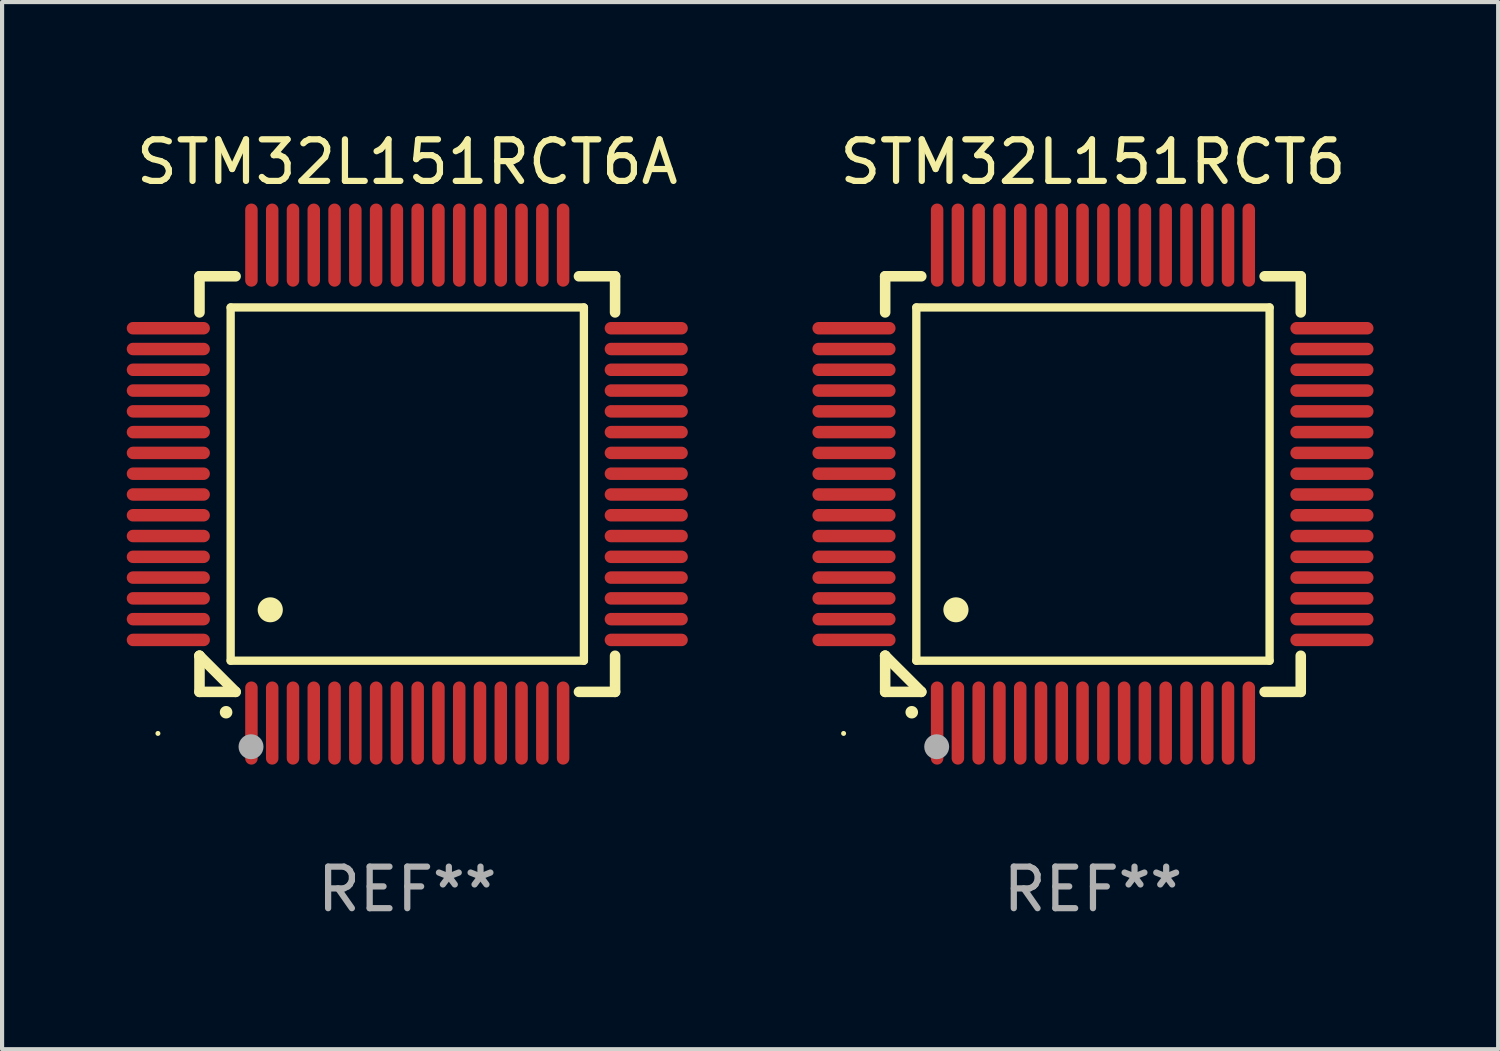
<source format=kicad_pcb>
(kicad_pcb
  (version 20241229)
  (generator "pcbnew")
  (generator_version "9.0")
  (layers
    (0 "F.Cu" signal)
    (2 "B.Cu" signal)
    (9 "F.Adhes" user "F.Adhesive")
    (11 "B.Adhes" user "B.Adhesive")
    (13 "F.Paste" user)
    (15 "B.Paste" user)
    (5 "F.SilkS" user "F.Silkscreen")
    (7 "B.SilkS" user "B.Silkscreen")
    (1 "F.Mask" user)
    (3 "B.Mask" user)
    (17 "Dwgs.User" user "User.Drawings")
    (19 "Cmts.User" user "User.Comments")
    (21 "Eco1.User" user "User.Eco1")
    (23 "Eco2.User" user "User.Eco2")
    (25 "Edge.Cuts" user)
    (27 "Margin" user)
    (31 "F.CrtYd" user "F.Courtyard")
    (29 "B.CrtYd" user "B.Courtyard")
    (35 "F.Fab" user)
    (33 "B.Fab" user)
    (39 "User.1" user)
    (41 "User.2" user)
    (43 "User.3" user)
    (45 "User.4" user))
  (footprint "STM32L151RCT6A"
    (layer "F.Cu")
    (at 6.75 8.598)
    (property "Reference" "STM32L151RCT6A" (at 0 -7.75 0) (layer "F.SilkS") (effects (font (size 1 1) (thickness 0.15))))
    (attr through_hole)
    (fp_line (start -5 -5) (end -4.131 -5) (stroke (width 0.254) (type solid)) (layer "F.SilkS"))
    (fp_line (start -5 -4.131) (end -5 -5) (stroke (width 0.254) (type solid)) (layer "F.SilkS"))
    (fp_line (start -5 4.131) (end -5 4.131) (stroke (width 0.254) (type solid)) (layer "F.SilkS"))
    (fp_line (start -5 5) (end -5 4.131) (stroke (width 0.254) (type solid)) (layer "F.SilkS"))
    (fp_line (start -5 4.131) (end -4.131 5) (stroke (width 0.254) (type solid)) (layer "F.SilkS"))
    (fp_line (start -4.25 -4.25) (end -4.25 4.25) (stroke (width 0.2) (type solid)) (layer "F.SilkS"))
    (fp_line (start -4.25 4.25) (end 4.25 4.25) (stroke (width 0.2) (type solid)) (layer "F.SilkS"))
    (fp_line (start -4.131 5) (end -5 5) (stroke (width 0.254) (type solid)) (layer "F.SilkS"))
    (fp_line (start 4.25 -4.25) (end -4.25 -4.25) (stroke (width 0.2) (type solid)) (layer "F.SilkS"))
    (fp_line (start 4.25 4.25) (end 4.25 -4.25) (stroke (width 0.2) (type solid)) (layer "F.SilkS"))
    (fp_line (start 5 -5) (end 4.131 -5) (stroke (width 0.254) (type solid)) (layer "F.SilkS"))
    (fp_line (start 5 -5) (end 5 -4.131) (stroke (width 0.254) (type solid)) (layer "F.SilkS"))
    (fp_line (start 5 4.131) (end 5 5) (stroke (width 0.254) (type solid)) (layer "F.SilkS"))
    (fp_line (start 5 5) (end 4.131 5) (stroke (width 0.254) (type solid)) (layer "F.SilkS"))
    (fp_arc (start -4.361265 5.489992) (mid -4.359995 5.489987) (end -4.358725 5.489992) (stroke (width 0.3) (type solid)) (layer "F.SilkS"))
    (fp_arc (start -3.299467 3.025146) (mid -3.296927 3.025135) (end -3.294387 3.025146) (stroke (width 0.6) (type solid)) (layer "F.SilkS"))
    (fp_circle (center -6 6) (end -5.97 6) (stroke (width 0.06) (type solid)) (fill no) (layer "F.SilkS"))
    (fp_circle (center -3.76 6.32) (end -3.61 6.32) (stroke (width 0.3) (type solid)) (fill no) (layer "F.Fab"))
    (fp_text user "REF**" (at 0 9.75 0) (layer "F.Fab") (effects (font (size 1 1) (thickness 0.15))))
    (pad "1" smd oval (at -3.75 5.75) (size 0.3 2) (layers "F.Cu" "F.Mask" "F.Paste"))
    (pad "2" smd oval (at -3.25 5.75) (size 0.3 2) (layers "F.Cu" "F.Mask" "F.Paste"))
    (pad "3" smd oval (at -2.75 5.75) (size 0.3 2) (layers "F.Cu" "F.Mask" "F.Paste"))
    (pad "4" smd oval (at -2.25 5.75) (size 0.3 2) (layers "F.Cu" "F.Mask" "F.Paste"))
    (pad "5" smd oval (at -1.75 5.75) (size 0.3 2) (layers "F.Cu" "F.Mask" "F.Paste"))
    (pad "6" smd oval (at -1.25 5.75) (size 0.3 2) (layers "F.Cu" "F.Mask" "F.Paste"))
    (pad "7" smd oval (at -0.75 5.75) (size 0.3 2) (layers "F.Cu" "F.Mask" "F.Paste"))
    (pad "8" smd oval (at -0.25 5.75) (size 0.3 2) (layers "F.Cu" "F.Mask" "F.Paste"))
    (pad "9" smd oval (at 0.25 5.75) (size 0.3 2) (layers "F.Cu" "F.Mask" "F.Paste"))
    (pad "10" smd oval (at 0.75 5.75) (size 0.3 2) (layers "F.Cu" "F.Mask" "F.Paste"))
    (pad "11" smd oval (at 1.25 5.75) (size 0.3 2) (layers "F.Cu" "F.Mask" "F.Paste"))
    (pad "12" smd oval (at 1.75 5.75) (size 0.3 2) (layers "F.Cu" "F.Mask" "F.Paste"))
    (pad "13" smd oval (at 2.25 5.75) (size 0.3 2) (layers "F.Cu" "F.Mask" "F.Paste"))
    (pad "14" smd oval (at 2.75 5.75) (size 0.3 2) (layers "F.Cu" "F.Mask" "F.Paste"))
    (pad "15" smd oval (at 3.25 5.75) (size 0.3 2) (layers "F.Cu" "F.Mask" "F.Paste"))
    (pad "16" smd oval (at 3.75 5.75) (size 0.3 2) (layers "F.Cu" "F.Mask" "F.Paste"))
    (pad "17" smd oval (at 5.75 3.75) (size 2 0.3) (layers "F.Cu" "F.Mask" "F.Paste"))
    (pad "18" smd oval (at 5.75 3.25) (size 2 0.3) (layers "F.Cu" "F.Mask" "F.Paste"))
    (pad "19" smd oval (at 5.75 2.75) (size 2 0.3) (layers "F.Cu" "F.Mask" "F.Paste"))
    (pad "20" smd oval (at 5.75 2.25) (size 2 0.3) (layers "F.Cu" "F.Mask" "F.Paste"))
    (pad "21" smd oval (at 5.75 1.75) (size 2 0.3) (layers "F.Cu" "F.Mask" "F.Paste"))
    (pad "22" smd oval (at 5.75 1.25) (size 2 0.3) (layers "F.Cu" "F.Mask" "F.Paste"))
    (pad "23" smd oval (at 5.75 0.75) (size 2 0.3) (layers "F.Cu" "F.Mask" "F.Paste"))
    (pad "24" smd oval (at 5.75 0.25) (size 2 0.3) (layers "F.Cu" "F.Mask" "F.Paste"))
    (pad "25" smd oval (at 5.75 -0.25) (size 2 0.3) (layers "F.Cu" "F.Mask" "F.Paste"))
    (pad "26" smd oval (at 5.75 -0.75) (size 2 0.3) (layers "F.Cu" "F.Mask" "F.Paste"))
    (pad "27" smd oval (at 5.75 -1.25) (size 2 0.3) (layers "F.Cu" "F.Mask" "F.Paste"))
    (pad "28" smd oval (at 5.75 -1.75) (size 2 0.3) (layers "F.Cu" "F.Mask" "F.Paste"))
    (pad "29" smd oval (at 5.75 -2.25) (size 2 0.3) (layers "F.Cu" "F.Mask" "F.Paste"))
    (pad "30" smd oval (at 5.75 -2.75) (size 2 0.3) (layers "F.Cu" "F.Mask" "F.Paste"))
    (pad "31" smd oval (at 5.75 -3.25) (size 2 0.3) (layers "F.Cu" "F.Mask" "F.Paste"))
    (pad "32" smd oval (at 5.75 -3.75) (size 2 0.3) (layers "F.Cu" "F.Mask" "F.Paste"))
    (pad "33" smd oval (at 3.75 -5.75) (size 0.3 2) (layers "F.Cu" "F.Mask" "F.Paste"))
    (pad "34" smd oval (at 3.25 -5.75) (size 0.3 2) (layers "F.Cu" "F.Mask" "F.Paste"))
    (pad "35" smd oval (at 2.75 -5.75) (size 0.3 2) (layers "F.Cu" "F.Mask" "F.Paste"))
    (pad "36" smd oval (at 2.25 -5.75) (size 0.3 2) (layers "F.Cu" "F.Mask" "F.Paste"))
    (pad "37" smd oval (at 1.75 -5.75) (size 0.3 2) (layers "F.Cu" "F.Mask" "F.Paste"))
    (pad "38" smd oval (at 1.25 -5.75) (size 0.3 2) (layers "F.Cu" "F.Mask" "F.Paste"))
    (pad "39" smd oval (at 0.75 -5.75) (size 0.3 2) (layers "F.Cu" "F.Mask" "F.Paste"))
    (pad "40" smd oval (at 0.25 -5.75) (size 0.3 2) (layers "F.Cu" "F.Mask" "F.Paste"))
    (pad "41" smd oval (at -0.25 -5.75) (size 0.3 2) (layers "F.Cu" "F.Mask" "F.Paste"))
    (pad "42" smd oval (at -0.75 -5.75) (size 0.3 2) (layers "F.Cu" "F.Mask" "F.Paste"))
    (pad "43" smd oval (at -1.25 -5.75) (size 0.3 2) (layers "F.Cu" "F.Mask" "F.Paste"))
    (pad "44" smd oval (at -1.75 -5.75) (size 0.3 2) (layers "F.Cu" "F.Mask" "F.Paste"))
    (pad "45" smd oval (at -2.25 -5.75) (size 0.3 2) (layers "F.Cu" "F.Mask" "F.Paste"))
    (pad "46" smd oval (at -2.75 -5.75) (size 0.3 2) (layers "F.Cu" "F.Mask" "F.Paste"))
    (pad "47" smd oval (at -3.25 -5.75) (size 0.3 2) (layers "F.Cu" "F.Mask" "F.Paste"))
    (pad "48" smd oval (at -3.75 -5.75) (size 0.3 2) (layers "F.Cu" "F.Mask" "F.Paste"))
    (pad "49" smd oval (at -5.75 -3.75) (size 2 0.3) (layers "F.Cu" "F.Mask" "F.Paste"))
    (pad "50" smd oval (at -5.75 -3.25) (size 2 0.3) (layers "F.Cu" "F.Mask" "F.Paste"))
    (pad "51" smd oval (at -5.75 -2.75) (size 2 0.3) (layers "F.Cu" "F.Mask" "F.Paste"))
    (pad "52" smd oval (at -5.75 -2.25) (size 2 0.3) (layers "F.Cu" "F.Mask" "F.Paste"))
    (pad "53" smd oval (at -5.75 -1.75) (size 2 0.3) (layers "F.Cu" "F.Mask" "F.Paste"))
    (pad "54" smd oval (at -5.75 -1.25) (size 2 0.3) (layers "F.Cu" "F.Mask" "F.Paste"))
    (pad "55" smd oval (at -5.75 -0.75) (size 2 0.3) (layers "F.Cu" "F.Mask" "F.Paste"))
    (pad "56" smd oval (at -5.75 -0.25) (size 2 0.3) (layers "F.Cu" "F.Mask" "F.Paste"))
    (pad "57" smd oval (at -5.75 0.25) (size 2 0.3) (layers "F.Cu" "F.Mask" "F.Paste"))
    (pad "58" smd oval (at -5.75 0.75) (size 2 0.3) (layers "F.Cu" "F.Mask" "F.Paste"))
    (pad "59" smd oval (at -5.75 1.25) (size 2 0.3) (layers "F.Cu" "F.Mask" "F.Paste"))
    (pad "60" smd oval (at -5.75 1.75) (size 2 0.3) (layers "F.Cu" "F.Mask" "F.Paste"))
    (pad "61" smd oval (at -5.75 2.25) (size 2 0.3) (layers "F.Cu" "F.Mask" "F.Paste"))
    (pad "62" smd oval (at -5.75 2.75) (size 2 0.3) (layers "F.Cu" "F.Mask" "F.Paste"))
    (pad "63" smd oval (at -5.75 3.25) (size 2 0.3) (layers "F.Cu" "F.Mask" "F.Paste"))
    (pad "64" smd oval (at -5.75 3.75) (size 2 0.3) (layers "F.Cu" "F.Mask" "F.Paste")))
  (footprint "STM32L151RCT6"
    (layer "F.Cu")
    (at 23.249 8.598)
    (property "Reference" "STM32L151RCT6" (at 0 -7.75 0) (layer "F.SilkS") (effects (font (size 1 1) (thickness 0.15))))
    (attr through_hole)
    (fp_line (start -5 -5) (end -4.131 -5) (stroke (width 0.254) (type solid)) (layer "F.SilkS"))
    (fp_line (start -5 -4.131) (end -5 -5) (stroke (width 0.254) (type solid)) (layer "F.SilkS"))
    (fp_line (start -5 4.131) (end -5 4.131) (stroke (width 0.254) (type solid)) (layer "F.SilkS"))
    (fp_line (start -5 5) (end -5 4.131) (stroke (width 0.254) (type solid)) (layer "F.SilkS"))
    (fp_line (start -5 4.131) (end -4.131 5) (stroke (width 0.254) (type solid)) (layer "F.SilkS"))
    (fp_line (start -4.25 -4.25) (end -4.25 4.25) (stroke (width 0.2) (type solid)) (layer "F.SilkS"))
    (fp_line (start -4.25 4.25) (end 4.25 4.25) (stroke (width 0.2) (type solid)) (layer "F.SilkS"))
    (fp_line (start -4.131 5) (end -5 5) (stroke (width 0.254) (type solid)) (layer "F.SilkS"))
    (fp_line (start 4.25 -4.25) (end -4.25 -4.25) (stroke (width 0.2) (type solid)) (layer "F.SilkS"))
    (fp_line (start 4.25 4.25) (end 4.25 -4.25) (stroke (width 0.2) (type solid)) (layer "F.SilkS"))
    (fp_line (start 5 -5) (end 4.131 -5) (stroke (width 0.254) (type solid)) (layer "F.SilkS"))
    (fp_line (start 5 -5) (end 5 -4.131) (stroke (width 0.254) (type solid)) (layer "F.SilkS"))
    (fp_line (start 5 4.131) (end 5 5) (stroke (width 0.254) (type solid)) (layer "F.SilkS"))
    (fp_line (start 5 5) (end 4.131 5) (stroke (width 0.254) (type solid)) (layer "F.SilkS"))
    (fp_arc (start -4.361265 5.489992) (mid -4.359995 5.489987) (end -4.358725 5.489992) (stroke (width 0.3) (type solid)) (layer "F.SilkS"))
    (fp_arc (start -3.299467 3.025146) (mid -3.296927 3.025135) (end -3.294387 3.025146) (stroke (width 0.6) (type solid)) (layer "F.SilkS"))
    (fp_circle (center -6 6) (end -5.97 6) (stroke (width 0.06) (type solid)) (fill no) (layer "F.SilkS"))
    (fp_circle (center -3.76 6.32) (end -3.61 6.32) (stroke (width 0.3) (type solid)) (fill no) (layer "F.Fab"))
    (fp_text user "REF**" (at 0 9.75 0) (layer "F.Fab") (effects (font (size 1 1) (thickness 0.15))))
    (pad "1" smd oval (at -3.75 5.75) (size 0.3 2) (layers "F.Cu" "F.Mask" "F.Paste"))
    (pad "2" smd oval (at -3.25 5.75) (size 0.3 2) (layers "F.Cu" "F.Mask" "F.Paste"))
    (pad "3" smd oval (at -2.75 5.75) (size 0.3 2) (layers "F.Cu" "F.Mask" "F.Paste"))
    (pad "4" smd oval (at -2.25 5.75) (size 0.3 2) (layers "F.Cu" "F.Mask" "F.Paste"))
    (pad "5" smd oval (at -1.75 5.75) (size 0.3 2) (layers "F.Cu" "F.Mask" "F.Paste"))
    (pad "6" smd oval (at -1.25 5.75) (size 0.3 2) (layers "F.Cu" "F.Mask" "F.Paste"))
    (pad "7" smd oval (at -0.75 5.75) (size 0.3 2) (layers "F.Cu" "F.Mask" "F.Paste"))
    (pad "8" smd oval (at -0.25 5.75) (size 0.3 2) (layers "F.Cu" "F.Mask" "F.Paste"))
    (pad "9" smd oval (at 0.25 5.75) (size 0.3 2) (layers "F.Cu" "F.Mask" "F.Paste"))
    (pad "10" smd oval (at 0.75 5.75) (size 0.3 2) (layers "F.Cu" "F.Mask" "F.Paste"))
    (pad "11" smd oval (at 1.25 5.75) (size 0.3 2) (layers "F.Cu" "F.Mask" "F.Paste"))
    (pad "12" smd oval (at 1.75 5.75) (size 0.3 2) (layers "F.Cu" "F.Mask" "F.Paste"))
    (pad "13" smd oval (at 2.25 5.75) (size 0.3 2) (layers "F.Cu" "F.Mask" "F.Paste"))
    (pad "14" smd oval (at 2.75 5.75) (size 0.3 2) (layers "F.Cu" "F.Mask" "F.Paste"))
    (pad "15" smd oval (at 3.25 5.75) (size 0.3 2) (layers "F.Cu" "F.Mask" "F.Paste"))
    (pad "16" smd oval (at 3.75 5.75) (size 0.3 2) (layers "F.Cu" "F.Mask" "F.Paste"))
    (pad "17" smd oval (at 5.75 3.75) (size 2 0.3) (layers "F.Cu" "F.Mask" "F.Paste"))
    (pad "18" smd oval (at 5.75 3.25) (size 2 0.3) (layers "F.Cu" "F.Mask" "F.Paste"))
    (pad "19" smd oval (at 5.75 2.75) (size 2 0.3) (layers "F.Cu" "F.Mask" "F.Paste"))
    (pad "20" smd oval (at 5.75 2.25) (size 2 0.3) (layers "F.Cu" "F.Mask" "F.Paste"))
    (pad "21" smd oval (at 5.75 1.75) (size 2 0.3) (layers "F.Cu" "F.Mask" "F.Paste"))
    (pad "22" smd oval (at 5.75 1.25) (size 2 0.3) (layers "F.Cu" "F.Mask" "F.Paste"))
    (pad "23" smd oval (at 5.75 0.75) (size 2 0.3) (layers "F.Cu" "F.Mask" "F.Paste"))
    (pad "24" smd oval (at 5.75 0.25) (size 2 0.3) (layers "F.Cu" "F.Mask" "F.Paste"))
    (pad "25" smd oval (at 5.75 -0.25) (size 2 0.3) (layers "F.Cu" "F.Mask" "F.Paste"))
    (pad "26" smd oval (at 5.75 -0.75) (size 2 0.3) (layers "F.Cu" "F.Mask" "F.Paste"))
    (pad "27" smd oval (at 5.75 -1.25) (size 2 0.3) (layers "F.Cu" "F.Mask" "F.Paste"))
    (pad "28" smd oval (at 5.75 -1.75) (size 2 0.3) (layers "F.Cu" "F.Mask" "F.Paste"))
    (pad "29" smd oval (at 5.75 -2.25) (size 2 0.3) (layers "F.Cu" "F.Mask" "F.Paste"))
    (pad "30" smd oval (at 5.75 -2.75) (size 2 0.3) (layers "F.Cu" "F.Mask" "F.Paste"))
    (pad "31" smd oval (at 5.75 -3.25) (size 2 0.3) (layers "F.Cu" "F.Mask" "F.Paste"))
    (pad "32" smd oval (at 5.75 -3.75) (size 2 0.3) (layers "F.Cu" "F.Mask" "F.Paste"))
    (pad "33" smd oval (at 3.75 -5.75) (size 0.3 2) (layers "F.Cu" "F.Mask" "F.Paste"))
    (pad "34" smd oval (at 3.25 -5.75) (size 0.3 2) (layers "F.Cu" "F.Mask" "F.Paste"))
    (pad "35" smd oval (at 2.75 -5.75) (size 0.3 2) (layers "F.Cu" "F.Mask" "F.Paste"))
    (pad "36" smd oval (at 2.25 -5.75) (size 0.3 2) (layers "F.Cu" "F.Mask" "F.Paste"))
    (pad "37" smd oval (at 1.75 -5.75) (size 0.3 2) (layers "F.Cu" "F.Mask" "F.Paste"))
    (pad "38" smd oval (at 1.25 -5.75) (size 0.3 2) (layers "F.Cu" "F.Mask" "F.Paste"))
    (pad "39" smd oval (at 0.75 -5.75) (size 0.3 2) (layers "F.Cu" "F.Mask" "F.Paste"))
    (pad "40" smd oval (at 0.25 -5.75) (size 0.3 2) (layers "F.Cu" "F.Mask" "F.Paste"))
    (pad "41" smd oval (at -0.25 -5.75) (size 0.3 2) (layers "F.Cu" "F.Mask" "F.Paste"))
    (pad "42" smd oval (at -0.75 -5.75) (size 0.3 2) (layers "F.Cu" "F.Mask" "F.Paste"))
    (pad "43" smd oval (at -1.25 -5.75) (size 0.3 2) (layers "F.Cu" "F.Mask" "F.Paste"))
    (pad "44" smd oval (at -1.75 -5.75) (size 0.3 2) (layers "F.Cu" "F.Mask" "F.Paste"))
    (pad "45" smd oval (at -2.25 -5.75) (size 0.3 2) (layers "F.Cu" "F.Mask" "F.Paste"))
    (pad "46" smd oval (at -2.75 -5.75) (size 0.3 2) (layers "F.Cu" "F.Mask" "F.Paste"))
    (pad "47" smd oval (at -3.25 -5.75) (size 0.3 2) (layers "F.Cu" "F.Mask" "F.Paste"))
    (pad "48" smd oval (at -3.75 -5.75) (size 0.3 2) (layers "F.Cu" "F.Mask" "F.Paste"))
    (pad "49" smd oval (at -5.75 -3.75) (size 2 0.3) (layers "F.Cu" "F.Mask" "F.Paste"))
    (pad "50" smd oval (at -5.75 -3.25) (size 2 0.3) (layers "F.Cu" "F.Mask" "F.Paste"))
    (pad "51" smd oval (at -5.75 -2.75) (size 2 0.3) (layers "F.Cu" "F.Mask" "F.Paste"))
    (pad "52" smd oval (at -5.75 -2.25) (size 2 0.3) (layers "F.Cu" "F.Mask" "F.Paste"))
    (pad "53" smd oval (at -5.75 -1.75) (size 2 0.3) (layers "F.Cu" "F.Mask" "F.Paste"))
    (pad "54" smd oval (at -5.75 -1.25) (size 2 0.3) (layers "F.Cu" "F.Mask" "F.Paste"))
    (pad "55" smd oval (at -5.75 -0.75) (size 2 0.3) (layers "F.Cu" "F.Mask" "F.Paste"))
    (pad "56" smd oval (at -5.75 -0.25) (size 2 0.3) (layers "F.Cu" "F.Mask" "F.Paste"))
    (pad "57" smd oval (at -5.75 0.25) (size 2 0.3) (layers "F.Cu" "F.Mask" "F.Paste"))
    (pad "58" smd oval (at -5.75 0.75) (size 2 0.3) (layers "F.Cu" "F.Mask" "F.Paste"))
    (pad "59" smd oval (at -5.75 1.25) (size 2 0.3) (layers "F.Cu" "F.Mask" "F.Paste"))
    (pad "60" smd oval (at -5.75 1.75) (size 2 0.3) (layers "F.Cu" "F.Mask" "F.Paste"))
    (pad "61" smd oval (at -5.75 2.25) (size 2 0.3) (layers "F.Cu" "F.Mask" "F.Paste"))
    (pad "62" smd oval (at -5.75 2.75) (size 2 0.3) (layers "F.Cu" "F.Mask" "F.Paste"))
    (pad "63" smd oval (at -5.75 3.25) (size 2 0.3) (layers "F.Cu" "F.Mask" "F.Paste"))
    (pad "64" smd oval (at -5.75 3.75) (size 2 0.3) (layers "F.Cu" "F.Mask" "F.Paste")))
  (gr_rect
    (start -3 -3)
    (end 32.999 22.196)
    (stroke (width 0.1) (type default))
    (fill no)
    (layer "Edge.Cuts")))
</source>
